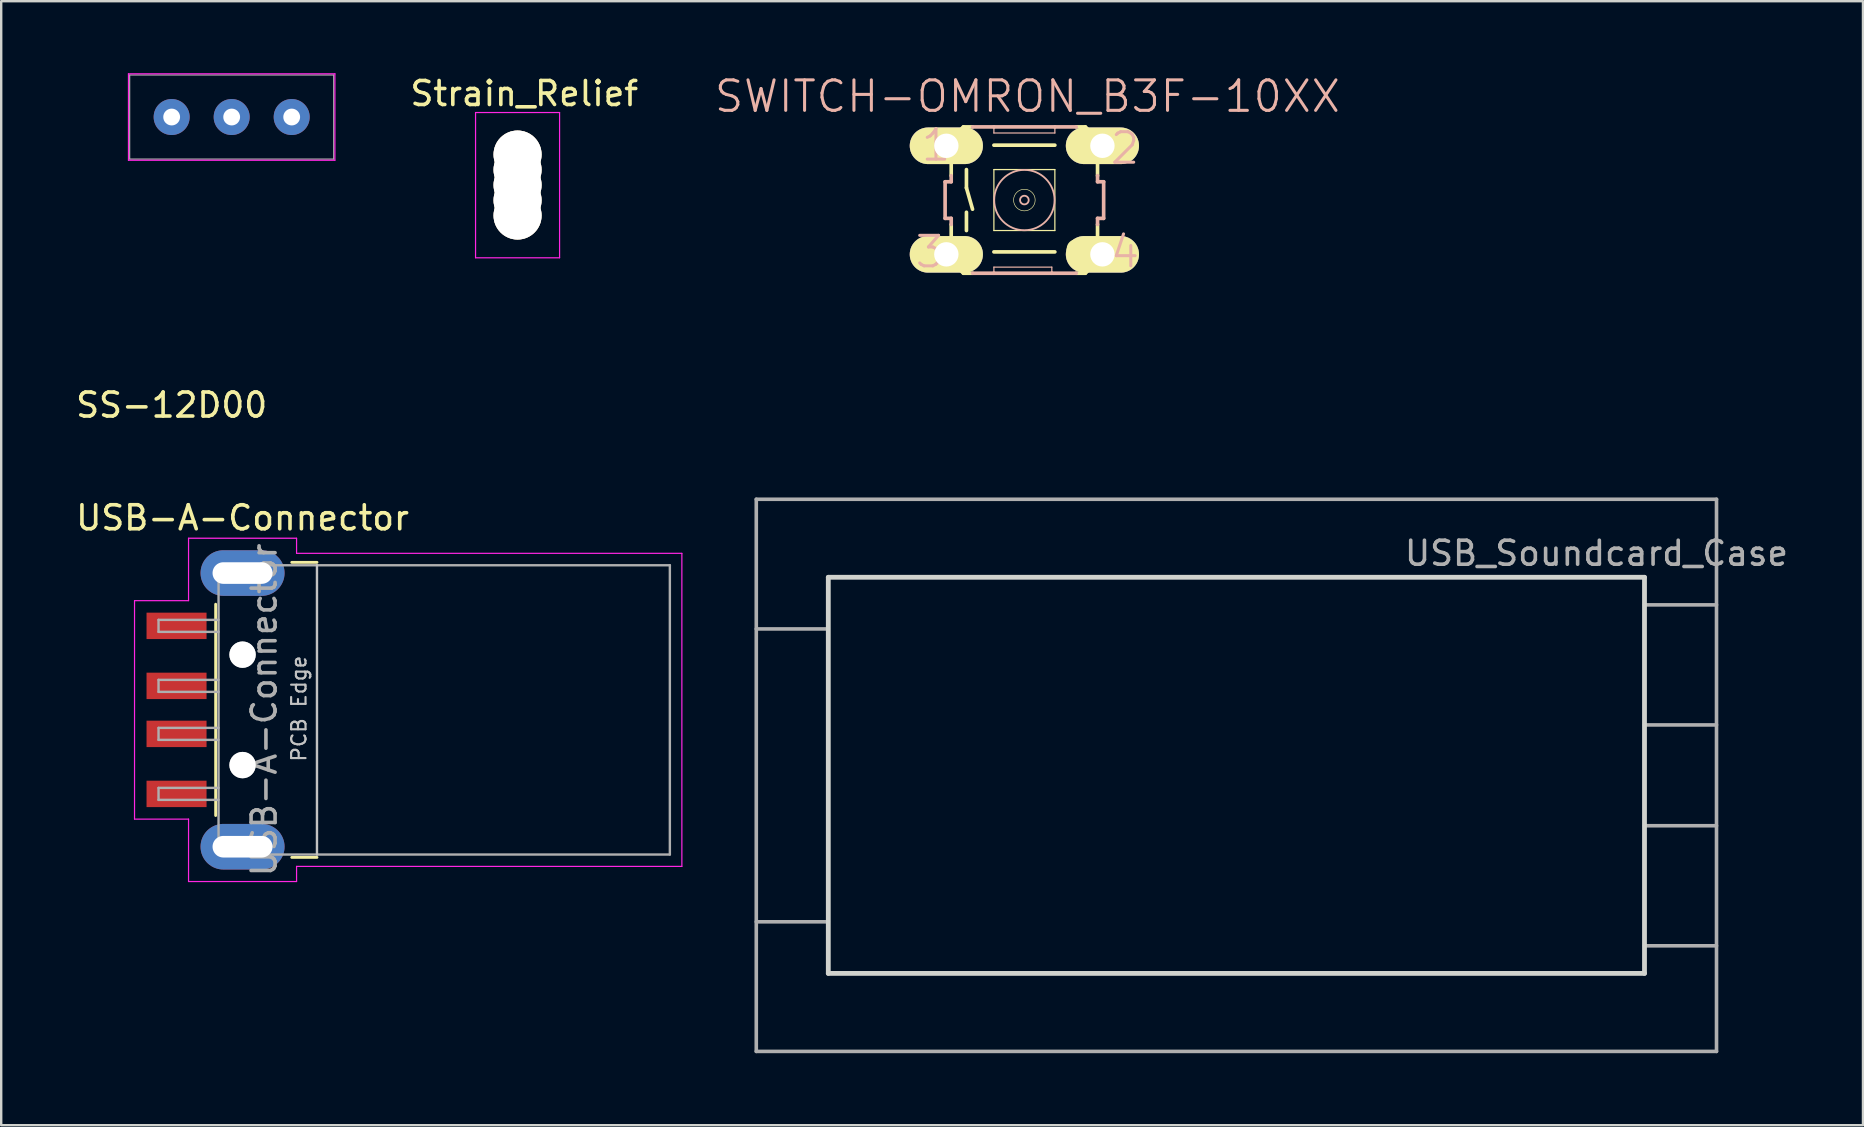
<source format=kicad_pcb>
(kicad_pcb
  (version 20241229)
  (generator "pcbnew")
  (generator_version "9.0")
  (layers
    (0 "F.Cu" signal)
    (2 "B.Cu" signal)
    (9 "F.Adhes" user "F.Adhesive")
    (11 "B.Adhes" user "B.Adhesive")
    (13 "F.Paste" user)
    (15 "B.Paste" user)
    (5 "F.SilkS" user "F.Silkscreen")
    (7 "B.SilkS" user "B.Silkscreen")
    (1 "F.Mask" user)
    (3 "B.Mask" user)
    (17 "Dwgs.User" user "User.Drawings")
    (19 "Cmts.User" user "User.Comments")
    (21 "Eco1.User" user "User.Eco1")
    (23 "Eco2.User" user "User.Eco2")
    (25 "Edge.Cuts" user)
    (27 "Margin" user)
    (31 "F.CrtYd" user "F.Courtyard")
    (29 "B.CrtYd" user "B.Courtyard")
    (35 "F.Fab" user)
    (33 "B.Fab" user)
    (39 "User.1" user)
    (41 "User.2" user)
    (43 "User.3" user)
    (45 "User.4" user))
  (footprint "SWITCH-OMRON_B3F-10XX"
    (layer "F.Cu")
    (at 39.622 5.284)
    (property "Reference" "SWITCH-OMRON_B3F-10XX" (at 0.127 -4.318 0) (layer "B.SilkS") (effects (font (size 1.27 1.27) (thickness 0.127))))
    (attr exclude_from_pos_files exclude_from_bom)
    (fp_line (start -3.048 -2.54) (end -3.048 -1.016) (stroke (width 0.152) (type solid)) (layer "F.SilkS"))
    (fp_line (start -3.048 2.54) (end -3.048 1.016) (stroke (width 0.152) (type solid)) (layer "F.SilkS"))
    (fp_line (start -2.54 -3.048) (end -3.048 -2.54) (stroke (width 0.152) (type solid)) (layer "F.SilkS"))
    (fp_line (start -2.54 -3.048) (end -2.159 -3.048) (stroke (width 0.152) (type solid)) (layer "F.SilkS"))
    (fp_line (start -2.54 3.048) (end -3.048 2.54) (stroke (width 0.152) (type solid)) (layer "F.SilkS"))
    (fp_line (start -2.54 3.048) (end -2.159 3.048) (stroke (width 0.152) (type solid)) (layer "F.SilkS"))
    (fp_line (start -2.413 -1.27) (end -2.413 -0.508) (stroke (width 0.152) (type solid)) (layer "F.SilkS"))
    (fp_line (start -2.413 -0.508) (end -2.159 0.381) (stroke (width 0.152) (type solid)) (layer "F.SilkS"))
    (fp_line (start -2.413 0.508) (end -2.413 1.27) (stroke (width 0.152) (type solid)) (layer "F.SilkS"))
    (fp_line (start -1.27 -1.27) (end -1.27 1.27) (stroke (width 0.051) (type solid)) (layer "F.SilkS"))
    (fp_line (start -1.27 -1.27) (end 1.27 -1.27) (stroke (width 0.051) (type solid)) (layer "F.SilkS"))
    (fp_line (start -1.27 2.159) (end 1.27 2.159) (stroke (width 0.152) (type solid)) (layer "F.SilkS"))
    (fp_line (start 1.27 -2.286) (end -1.27 -2.286) (stroke (width 0.152) (type solid)) (layer "F.SilkS"))
    (fp_line (start 1.27 1.27) (end -1.27 1.27) (stroke (width 0.051) (type solid)) (layer "F.SilkS"))
    (fp_line (start 1.27 1.27) (end 1.27 -1.27) (stroke (width 0.051) (type solid)) (layer "F.SilkS"))
    (fp_line (start 2.54 -3.048) (end 2.159 -3.048) (stroke (width 0.152) (type solid)) (layer "F.SilkS"))
    (fp_line (start 2.54 3.048) (end 2.159 3.048) (stroke (width 0.152) (type solid)) (layer "F.SilkS"))
    (fp_line (start 2.54 3.048) (end 3.048 2.54) (stroke (width 0.152) (type solid)) (layer "F.SilkS"))
    (fp_line (start 3.048 -2.54) (end 2.54 -3.048) (stroke (width 0.152) (type solid)) (layer "F.SilkS"))
    (fp_line (start 3.048 -1.016) (end 3.048 -2.54) (stroke (width 0.152) (type solid)) (layer "F.SilkS"))
    (fp_line (start 3.048 2.54) (end 3.048 1.016) (stroke (width 0.152) (type solid)) (layer "F.SilkS"))
    (fp_circle (center -2.159 -2.159) (end -2.413 -2.413) (stroke (width 0.076) (type solid)) (fill no) (layer "F.SilkS"))
    (fp_circle (center -2.159 2.159) (end -2.413 2.413) (stroke (width 0.076) (type solid)) (fill no) (layer "F.SilkS"))
    (fp_circle (center 0 0) (end -0.318 0.318) (stroke (width 0.025) (type solid)) (fill no) (layer "F.SilkS"))
    (fp_circle (center 2.159 -2.159) (end 2.413 -2.413) (stroke (width 0.076) (type solid)) (fill no) (layer "F.SilkS"))
    (fp_circle (center 2.159 2.032) (end 2.413 2.286) (stroke (width 0.076) (type solid)) (fill no) (layer "F.SilkS"))
    (fp_line (start -3.302 -0.762) (end -3.302 0.762) (stroke (width 0.152) (type solid)) (layer "B.SilkS"))
    (fp_line (start -3.302 -0.762) (end -3.048 -0.762) (stroke (width 0.152) (type solid)) (layer "B.SilkS"))
    (fp_line (start -3.048 -0.762) (end -3.048 -1.016) (stroke (width 0.152) (type solid)) (layer "B.SilkS"))
    (fp_line (start -3.048 0.762) (end -3.302 0.762) (stroke (width 0.152) (type solid)) (layer "B.SilkS"))
    (fp_line (start -3.048 0.762) (end -3.048 1.016) (stroke (width 0.152) (type solid)) (layer "B.SilkS"))
    (fp_line (start -2.159 3.048) (end -1.27 3.048) (stroke (width 0.152) (type solid)) (layer "B.SilkS"))
    (fp_line (start -1.27 -3.048) (end -2.159 -3.048) (stroke (width 0.152) (type solid)) (layer "B.SilkS"))
    (fp_line (start -1.27 -3.048) (end -1.27 -2.794) (stroke (width 0.051) (type solid)) (layer "B.SilkS"))
    (fp_line (start -1.27 2.794) (end -1.27 3.048) (stroke (width 0.051) (type solid)) (layer "B.SilkS"))
    (fp_line (start -1.27 3.048) (end 1.143 3.048) (stroke (width 0.152) (type solid)) (layer "B.SilkS"))
    (fp_line (start 1.143 2.794) (end -1.27 2.794) (stroke (width 0.051) (type solid)) (layer "B.SilkS"))
    (fp_line (start 1.143 2.794) (end 1.143 3.048) (stroke (width 0.051) (type solid)) (layer "B.SilkS"))
    (fp_line (start 1.143 3.048) (end 2.159 3.048) (stroke (width 0.152) (type solid)) (layer "B.SilkS"))
    (fp_line (start 1.27 -3.048) (end -1.27 -3.048) (stroke (width 0.152) (type solid)) (layer "B.SilkS"))
    (fp_line (start 1.27 -2.794) (end -1.27 -2.794) (stroke (width 0.051) (type solid)) (layer "B.SilkS"))
    (fp_line (start 1.27 -2.794) (end 1.27 -3.048) (stroke (width 0.051) (type solid)) (layer "B.SilkS"))
    (fp_line (start 2.159 -3.048) (end 1.27 -3.048) (stroke (width 0.152) (type solid)) (layer "B.SilkS"))
    (fp_line (start 3.048 -0.762) (end 3.048 -1.016) (stroke (width 0.152) (type solid)) (layer "B.SilkS"))
    (fp_line (start 3.048 -0.762) (end 3.302 -0.762) (stroke (width 0.152) (type solid)) (layer "B.SilkS"))
    (fp_line (start 3.048 0.762) (end 3.048 1.016) (stroke (width 0.152) (type solid)) (layer "B.SilkS"))
    (fp_line (start 3.302 0.762) (end 3.048 0.762) (stroke (width 0.152) (type solid)) (layer "B.SilkS"))
    (fp_line (start 3.302 0.762) (end 3.302 -0.762) (stroke (width 0.152) (type solid)) (layer "B.SilkS"))
    (fp_circle (center 0 0) (end -0.889 0.889) (stroke (width 0.076) (type solid)) (fill no) (layer "B.SilkS"))
    (fp_circle (center 0 0) (end -0.127 0.127) (stroke (width 0.076) (type solid)) (fill no) (layer "B.SilkS"))
    (fp_text user "2" (at 4.191 -2.159 0) (layer "B.SilkS") (effects (font (size 1.27 1.27) (thickness 0.127))))
    (fp_text user "3" (at -3.937 2.159 0) (layer "B.SilkS") (effects (font (size 1.27 1.27) (thickness 0.127))))
    (fp_text user "4" (at 4.191 2.159 0) (layer "B.SilkS") (effects (font (size 1.27 1.27) (thickness 0.127))))
    (fp_text user "1" (at -3.683 -2.286 0) (layer "B.SilkS") (effects (font (size 1.27 1.27) (thickness 0.127))))
    (pad "1" thru_hole oval (at -3.251 -2.261 90) (size 1.524 3.048) (drill 1.016) (layers "*.Cu" "F.Mask" "F.SilkS" "F.Paste"))
    (pad "2" thru_hole oval (at 3.251 -2.261 90) (size 1.524 3.048) (drill 1.016) (layers "*.Cu" "F.Mask" "F.SilkS" "F.Paste"))
    (pad "3" thru_hole oval (at -3.251 2.261 90) (size 1.524 3.048) (drill 1.016) (layers "*.Cu" "F.Mask" "F.SilkS" "F.Paste"))
    (pad "4" thru_hole oval (at 3.251 2.261 90) (size 1.524 3.048) (drill 1.016) (layers "*.Cu" "F.Mask" "F.SilkS" "F.Paste")))
  (footprint "USB-A-Connector"
    (layer "F.Cu")
    (at 13.954 26.521)
    (property "Reference" "USB-A-Connector" (at -6.9 -8 0) (layer "F.SilkS") (effects (font (size 1 1) (thickness 0.15))))
    (attr smd)
    (fp_line (start -8.02 -4.4) (end -8.02 4.4) (stroke (width 0.12) (type solid)) (layer "F.SilkS"))
    (fp_line (start -4.85 -6.145) (end -3.8 -6.145) (stroke (width 0.12) (type solid)) (layer "F.SilkS"))
    (fp_line (start -4.85 6.145) (end -3.8 6.145) (stroke (width 0.12) (type solid)) (layer "F.SilkS"))
    (fp_line (start -3.8 6.025) (end -3.8 -6.025) (stroke (width 0.1) (type solid)) (layer "Dwgs.User"))
    (fp_line (start -11.4 -4.55) (end -9.15 -4.55) (stroke (width 0.05) (type solid)) (layer "F.CrtYd"))
    (fp_line (start -11.4 4.55) (end -11.4 -4.55) (stroke (width 0.05) (type solid)) (layer "F.CrtYd"))
    (fp_line (start -11.4 4.55) (end -9.15 4.55) (stroke (width 0.05) (type solid)) (layer "F.CrtYd"))
    (fp_line (start -9.15 -7.15) (end -9.15 -4.55) (stroke (width 0.05) (type solid)) (layer "F.CrtYd"))
    (fp_line (start -9.15 -7.15) (end -4.65 -7.15) (stroke (width 0.05) (type solid)) (layer "F.CrtYd"))
    (fp_line (start -9.15 4.55) (end -9.15 7.15) (stroke (width 0.05) (type solid)) (layer "F.CrtYd"))
    (fp_line (start -9.15 7.15) (end -4.65 7.15) (stroke (width 0.05) (type solid)) (layer "F.CrtYd"))
    (fp_line (start -4.65 -6.52) (end -4.65 -7.15) (stroke (width 0.05) (type solid)) (layer "F.CrtYd"))
    (fp_line (start -4.65 -6.52) (end 11.4 -6.52) (stroke (width 0.05) (type solid)) (layer "F.CrtYd"))
    (fp_line (start -4.65 6.52) (end 11.4 6.52) (stroke (width 0.05) (type solid)) (layer "F.CrtYd"))
    (fp_line (start -4.65 7.15) (end -4.65 6.52) (stroke (width 0.05) (type solid)) (layer "F.CrtYd"))
    (fp_line (start 11.4 6.52) (end 11.4 -6.52) (stroke (width 0.05) (type solid)) (layer "F.CrtYd"))
    (fp_line (start -10.4 -3.75) (end -7.9 -3.75) (stroke (width 0.1) (type solid)) (layer "F.Fab"))
    (fp_line (start -10.4 -3.25) (end -10.4 -3.75) (stroke (width 0.1) (type solid)) (layer "F.Fab"))
    (fp_line (start -10.4 -3.25) (end -7.9 -3.25) (stroke (width 0.1) (type solid)) (layer "F.Fab"))
    (fp_line (start -10.4 -1.25) (end -7.9 -1.25) (stroke (width 0.1) (type solid)) (layer "F.Fab"))
    (fp_line (start -10.4 -0.75) (end -10.4 -1.25) (stroke (width 0.1) (type solid)) (layer "F.Fab"))
    (fp_line (start -10.4 -0.75) (end -7.9 -0.75) (stroke (width 0.1) (type solid)) (layer "F.Fab"))
    (fp_line (start -10.4 0.75) (end -7.9 0.75) (stroke (width 0.1) (type solid)) (layer "F.Fab"))
    (fp_line (start -10.4 1.25) (end -10.4 0.75) (stroke (width 0.1) (type solid)) (layer "F.Fab"))
    (fp_line (start -10.4 1.25) (end -7.9 1.25) (stroke (width 0.1) (type solid)) (layer "F.Fab"))
    (fp_line (start -10.4 3.25) (end -7.9 3.25) (stroke (width 0.1) (type solid)) (layer "F.Fab"))
    (fp_line (start -10.4 3.75) (end -10.4 3.25) (stroke (width 0.1) (type solid)) (layer "F.Fab"))
    (fp_line (start -10.4 3.75) (end -7.9 3.75) (stroke (width 0.1) (type solid)) (layer "F.Fab"))
    (fp_line (start -7.9 -6.025) (end 10.9 -6.025) (stroke (width 0.1) (type solid)) (layer "F.Fab"))
    (fp_line (start -7.9 6.025) (end -7.9 -6.025) (stroke (width 0.1) (type solid)) (layer "F.Fab"))
    (fp_line (start -7.9 6.025) (end 10.9 6.025) (stroke (width 0.1) (type solid)) (layer "F.Fab"))
    (fp_line (start 10.9 6.025) (end 10.9 -6.025) (stroke (width 0.1) (type solid)) (layer "F.Fab"))
    (fp_circle (center -6.9 -2.3) (end -6.9 -2.8) (stroke (width 0.1) (type solid)) (fill no) (layer "F.Fab"))
    (fp_circle (center -6.9 2.3) (end -6.9 2.8) (stroke (width 0.1) (type solid)) (fill no) (layer "F.Fab"))
    (fp_text user "PCB Edge" (at -4.55 -0.05 90) (layer "Dwgs.User") (effects (font (size 0.6 0.6) (thickness 0.09))))
    (fp_text user "${REFERENCE}" (at -6 0 90) (layer "F.Fab") (effects (font (size 1 1) (thickness 0.15))))
    (pad "" np_thru_hole circle (at -6.9 -2.3) (size 1.1 1.1) (drill 1.1) (layers "*.Cu" "*.Mask"))
    (pad "" np_thru_hole circle (at -6.9 2.3) (size 1.1 1.1) (drill 1.1) (layers "*.Cu" "*.Mask"))
    (pad "1" smd rect (at -9.65 -3.5) (size 2.5 1.1) (layers "F.Cu" "F.Mask" "F.Paste"))
    (pad "2" smd rect (at -9.65 -1) (size 2.5 1.1) (layers "F.Cu" "F.Mask" "F.Paste"))
    (pad "3" smd rect (at -9.65 1) (size 2.5 1.1) (layers "F.Cu" "F.Mask" "F.Paste"))
    (pad "4" smd rect (at -9.65 3.5) (size 2.5 1.1) (layers "F.Cu" "F.Mask" "F.Paste"))
    (pad "5" thru_hole oval (at -6.9 -5.7) (size 3.5 1.9) (drill oval 2.5 0.9) (layers "*.Cu" "*.Mask"))
    (pad "5" thru_hole oval (at -6.9 5.7) (size 3.5 1.9) (drill oval 2.5 0.9) (layers "*.Cu" "*.Mask")))
  (footprint "Strain_Relief"
    (layer "F.Cu")
    (at 18.51 3.388)
    (property "Reference" "Strain_Relief" (at 0.279 -2.54 0) (layer "F.SilkS") (effects (font (size 1 1) (thickness 0.15))))
    (attr through_hole)
    (fp_line (start -1.75 -1.75) (end -1.75 4.3) (stroke (width 0.05) (type solid)) (layer "F.CrtYd"))
    (fp_line (start -1.75 -1.75) (end 1.75 -1.75) (stroke (width 0.05) (type solid)) (layer "F.CrtYd"))
    (fp_line (start -1.75 4.3) (end 1.75 4.3) (stroke (width 0.05) (type solid)) (layer "F.CrtYd"))
    (fp_line (start 1.75 -1.75) (end 1.75 4.3) (stroke (width 0.05) (type solid)) (layer "F.CrtYd"))
    (pad "" thru_hole circle (at 0 0) (size 2 2) (drill 2) (layers "*.Cu" "*.Mask" "F.SilkS"))
    (pad "" thru_hole circle (at 0 0.635) (size 2 2) (drill 2) (layers "*.Cu" "*.Mask" "F.SilkS"))
    (pad "" thru_hole circle (at 0 1.27) (size 2 2) (drill 2) (layers "*.Cu" "*.Mask" "F.SilkS"))
    (pad "" thru_hole circle (at 0 1.905) (size 2 2) (drill 2) (layers "*.Cu" "*.Mask" "F.SilkS"))
    (pad "" thru_hole circle (at 0 2.54) (size 2 2) (drill 2) (layers "*.Cu" "*.Mask" "F.SilkS")))
  (footprint "USB_Soundcard_Case"
    (layer "F.Cu")
    (at 31.454 20.998)
    (property "Reference" "USB_Soundcard_Case" (at 32 -1 0) (layer "F.Fab") (effects (font (size 1 1) (thickness 0.15))))
    (attr through_hole)
    (fp_line (start 0 0) (end 34 0) (stroke (width 0.2) (type solid)) (layer "Edge.Cuts"))
    (fp_line (start 0 16.5) (end 0 0) (stroke (width 0.2) (type solid)) (layer "Edge.Cuts"))
    (fp_line (start 34 0) (end 34 16.5) (stroke (width 0.2) (type solid)) (layer "Edge.Cuts"))
    (fp_line (start 34 16.5) (end 0 16.5) (stroke (width 0.2) (type solid)) (layer "Edge.Cuts"))
    (fp_line (start -3 -3.25) (end -3 19.75) (stroke (width 0.15) (type solid)) (layer "F.Fab"))
    (fp_line (start -3 -3.25) (end 37 -3.25) (stroke (width 0.15) (type solid)) (layer "F.Fab"))
    (fp_line (start -3 2.15) (end 0 2.15) (stroke (width 0.15) (type solid)) (layer "F.Fab"))
    (fp_line (start -3 19.75) (end 37 19.75) (stroke (width 0.15) (type solid)) (layer "F.Fab"))
    (fp_line (start 0 14.35) (end -3 14.35) (stroke (width 0.15) (type solid)) (layer "F.Fab"))
    (fp_line (start 34 1.15) (end 37 1.15) (stroke (width 0.15) (type solid)) (layer "F.Fab"))
    (fp_line (start 34 6.15) (end 37 6.15) (stroke (width 0.15) (type solid)) (layer "F.Fab"))
    (fp_line (start 34 10.35) (end 37 10.35) (stroke (width 0.15) (type solid)) (layer "F.Fab"))
    (fp_line (start 34 15.35) (end 37 15.35) (stroke (width 0.15) (type solid)) (layer "F.Fab"))
    (fp_line (start 37 -3.25) (end 37 19.75) (stroke (width 0.15) (type solid)) (layer "F.Fab")))
  (footprint "SS-12D00"
    (layer "F.Cu")
    (at 4.101 1.825)
    (property "Reference" "SS-12D00" (at 0 12 0) (layer "F.SilkS") (effects (font (size 1 1) (thickness 0.15))))
    (attr through_hole)
    (fp_line (start -1.8 -1.8) (end 6.8 -1.8) (stroke (width 0.05) (type solid)) (layer "F.CrtYd"))
    (fp_line (start -1.8 1.8) (end -1.8 -1.8) (stroke (width 0.05) (type solid)) (layer "F.CrtYd"))
    (fp_line (start 6.8 -1.8) (end 6.8 1.8) (stroke (width 0.05) (type solid)) (layer "F.CrtYd"))
    (fp_line (start 6.8 1.8) (end -1.8 1.8) (stroke (width 0.05) (type solid)) (layer "F.CrtYd"))
    (fp_line (start -1.75 -1.75) (end 6.75 -1.75) (stroke (width 0.05) (type solid)) (layer "F.Fab"))
    (fp_line (start -1.75 1.75) (end -1.75 -1.75) (stroke (width 0.05) (type solid)) (layer "F.Fab"))
    (fp_line (start 6.75 -1.75) (end 6.75 1.75) (stroke (width 0.05) (type solid)) (layer "F.Fab"))
    (fp_line (start 6.75 1.75) (end -1.75 1.75) (stroke (width 0.05) (type solid)) (layer "F.Fab"))
    (pad "1" thru_hole circle (at 0 0) (size 1.5 1.5) (drill 0.7) (layers "*.Cu" "*.Mask"))
    (pad "2" thru_hole circle (at 2.5 0) (size 1.5 1.5) (drill 0.7) (layers "*.Cu" "*.Mask"))
    (pad "3" thru_hole circle (at 5 0) (size 1.5 1.5) (drill 0.7) (layers "*.Cu" "*.Mask")))
  (gr_rect
    (start -3 -3)
    (end 74.555 43.823)
    (stroke (width 0.1) (type default))
    (fill no)
    (layer "Edge.Cuts")))
</source>
